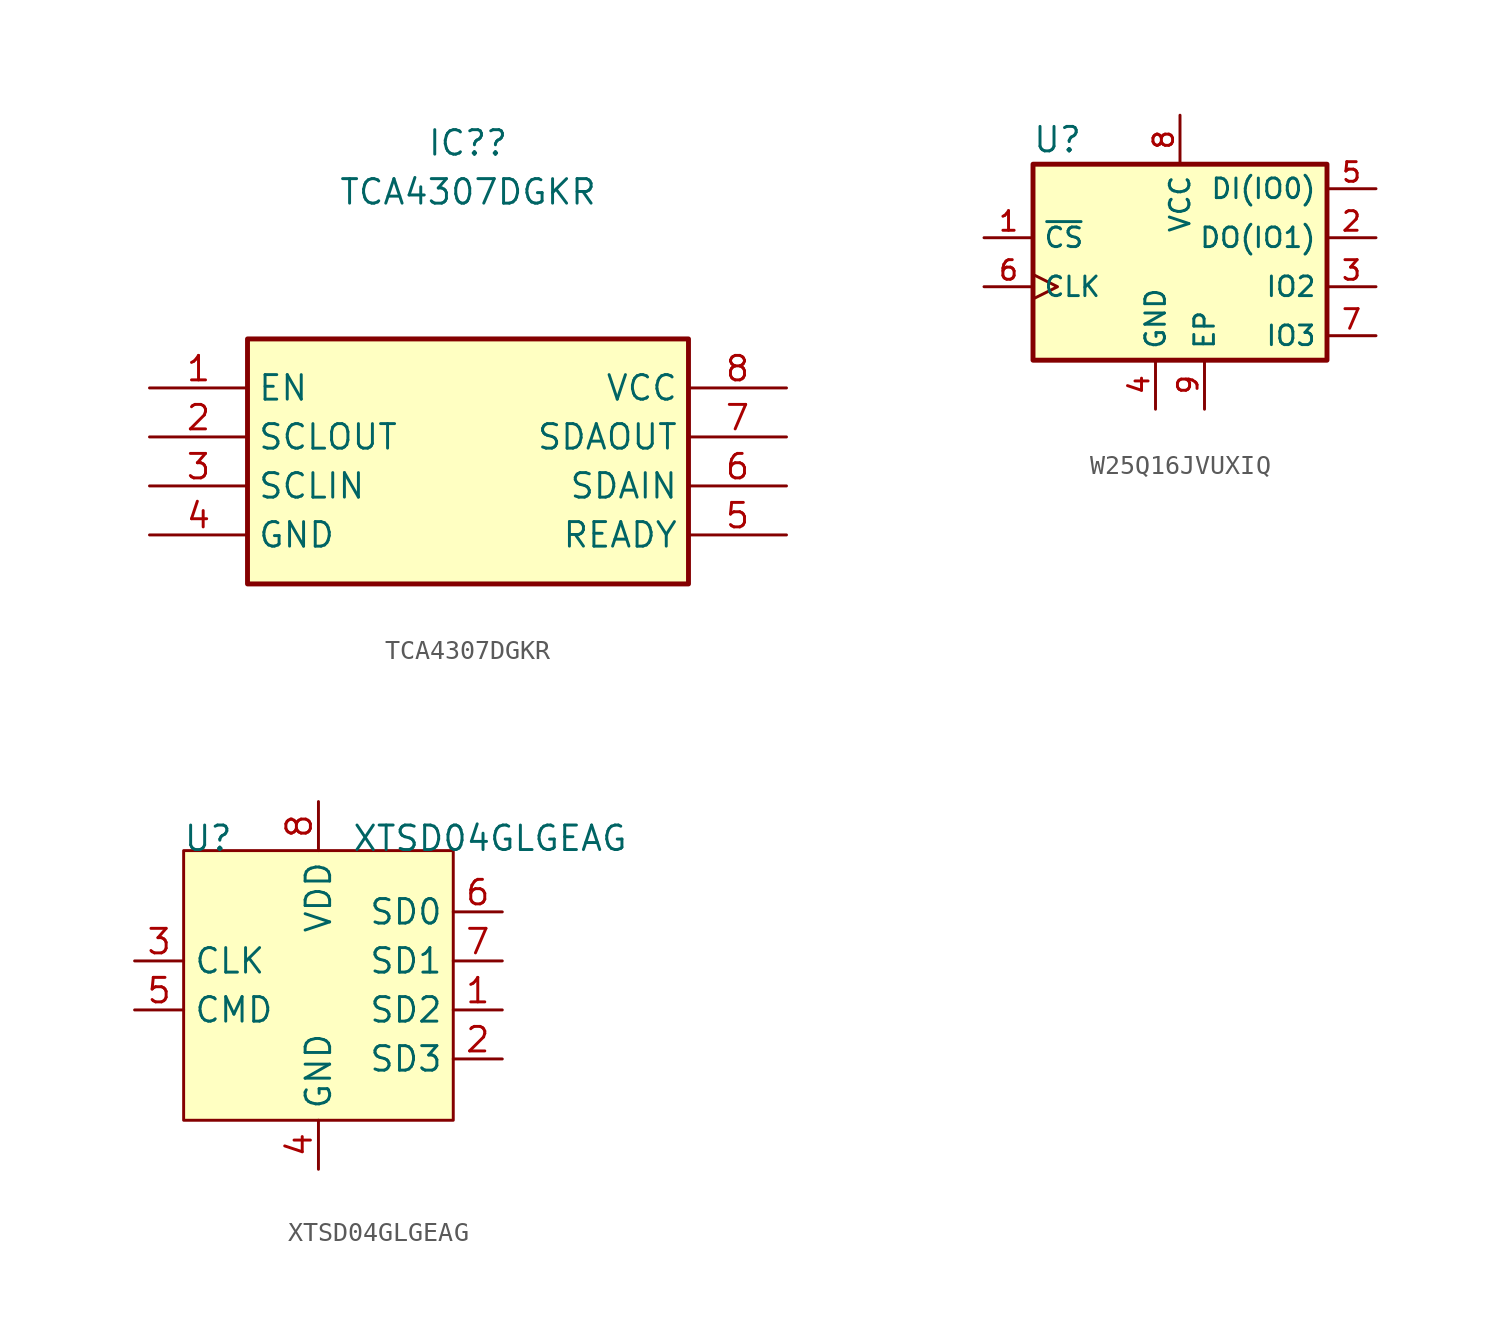
<source format=kicad_sym>
(kicad_symbol_lib
  (version 20220914)
  (generator kicad_symbol_editor)
  (symbol "TCA4307DGKR"
    (property "Reference" "IC?"
      (at 16.51 12.7 0)
      (effects (font (size 1.27 1.27))))
    (property "Value" "TCA4307DGKR"
      (at 16.51 10.16 0)
      (effects (font (size 1.27 1.27))))
    (symbol "TCA4307DGKR_1_1"
      (rectangle (start 5.08 2.54) (end 27.94 -10.16) (stroke (width 0.254) (type default)) (fill (type background)))
      (pin passive line (at 0 0 0) (length 5.08) (name "EN" (effects (font (size 1.27 1.27)))) (number "1" (effects (font (size 1.27 1.27)))))
      (pin passive line (at 0 -2.54 0) (length 5.08) (name "SCLOUT" (effects (font (size 1.27 1.27)))) (number "2" (effects (font (size 1.27 1.27)))))
      (pin passive line (at 0 -5.08 0) (length 5.08) (name "SCLIN" (effects (font (size 1.27 1.27)))) (number "3" (effects (font (size 1.27 1.27)))))
      (pin passive line (at 0 -7.62 0) (length 5.08) (name "GND" (effects (font (size 1.27 1.27)))) (number "4" (effects (font (size 1.27 1.27)))))
      (pin passive line (at 33.02 -7.62 180) (length 5.08) (name "READY" (effects (font (size 1.27 1.27)))) (number "5" (effects (font (size 1.27 1.27)))))
      (pin passive line (at 33.02 -5.08 180) (length 5.08) (name "SDAIN" (effects (font (size 1.27 1.27)))) (number "6" (effects (font (size 1.27 1.27)))))
      (pin passive line (at 33.02 -2.54 180) (length 5.08) (name "SDAOUT" (effects (font (size 1.27 1.27)))) (number "7" (effects (font (size 1.27 1.27)))))
      (pin passive line (at 33.02 0 180) (length 5.08) (name "VCC" (effects (font (size 1.27 1.27)))) (number "8" (effects (font (size 1.27 1.27)))))))
  (symbol "W25Q16JVUXIQ"
    (property "Reference" "U"
      (at -6.35 5.08 0)
      (effects (font (size 1.27 1.27))))
    (property "Value" ""
      (at 0 0 0)
      (effects (font (size 1.27 1.27))))
    (symbol "W25Q16JVUXIQ_1_1"
      (rectangle (start -7.62 3.81) (end 7.62 -6.35) (stroke (width 0.254) (type default)) (fill (type background)))
      (pin passive line (at -10.16 0 0) (length 2.54) (name "~{CS}" (effects (font (size 1.016 1.016)))) (number "1" (effects (font (size 1.016 1.016)))))
      (pin passive line (at 10.16 0 180) (length 2.54) (name "DO(IO1)" (effects (font (size 1.016 1.016)))) (number "2" (effects (font (size 1.016 1.016)))))
      (pin passive line (at 10.16 -2.54 180) (length 2.54) (name "IO2" (effects (font (size 1.016 1.016)))) (number "3" (effects (font (size 1.016 1.016)))))
      (pin passive line (at -1.27 -8.89 90) (length 2.54) (name "GND" (effects (font (size 1.016 1.016)))) (number "4" (effects (font (size 1.016 1.016)))))
      (pin passive line (at 10.16 2.54 180) (length 2.54) (name "DI(IO0)" (effects (font (size 1.016 1.016)))) (number "5" (effects (font (size 1.016 1.016)))))
      (pin passive clock (at -10.16 -2.54 0) (length 2.54) (name "CLK" (effects (font (size 1.016 1.016)))) (number "6" (effects (font (size 1.016 1.016)))))
      (pin passive line (at 10.16 -5.08 180) (length 2.54) (name "IO3" (effects (font (size 1.016 1.016)))) (number "7" (effects (font (size 1.016 1.016)))))
      (pin passive line (at 0 6.35 270) (length 2.54) (name "VCC" (effects (font (size 1.016 1.016)))) (number "8" (effects (font (size 1.016 1.016)))))
      (pin passive line (at 1.27 -8.89 90) (length 2.54) (name "EP" (effects (font (size 1.016 1.016)))) (number "9" (effects (font (size 1.016 1.016)))))))
  (symbol "XTSD04GLGEAG"
    (property "Reference" "U"
      (at -5.715 7.62 0)
      (effects (font (size 1.27 1.27))))
    (property "Value" "XTSD04GLGEAG"
      (at 8.89 7.62 0)
      (effects (font (size 1.27 1.27))))
    (symbol "XTSD04GLGEAG_0_1"
      (rectangle (start -6.985 6.985) (end 6.985 -6.985) (stroke (width 0) (type default)) (fill (type background))))
    (symbol "XTSD04GLGEAG_1_1"
      (pin bidirectional line (at 9.525 -1.27 180) (length 2.54) (name "SD2" (effects (font (size 1.27 1.27)))) (number "1" (effects (font (size 1.27 1.27)))))
      (pin bidirectional line (at 9.525 -3.81 180) (length 2.54) (name "SD3" (effects (font (size 1.27 1.27)))) (number "2" (effects (font (size 1.27 1.27)))))
      (pin bidirectional line (at -9.525 1.27 0) (length 2.54) (name "CLK" (effects (font (size 1.27 1.27)))) (number "3" (effects (font (size 1.27 1.27)))))
      (pin power_in line (at 0 -9.525 90) (length 2.54) (name "GND" (effects (font (size 1.27 1.27)))) (number "4" (effects (font (size 1.27 1.27)))))
      (pin bidirectional line (at -9.525 -1.27 0) (length 2.54) (name "CMD" (effects (font (size 1.27 1.27)))) (number "5" (effects (font (size 1.27 1.27)))))
      (pin bidirectional line (at 9.525 3.81 180) (length 2.54) (name "SD0" (effects (font (size 1.27 1.27)))) (number "6" (effects (font (size 1.27 1.27)))))
      (pin bidirectional line (at 9.525 1.27 180) (length 2.54) (name "SD1" (effects (font (size 1.27 1.27)))) (number "7" (effects (font (size 1.27 1.27)))))
      (pin power_in line (at 0 9.525 270) (length 2.54) (name "VDD" (effects (font (size 1.27 1.27)))) (number "8" (effects (font (size 1.27 1.27))))))))
</source>
